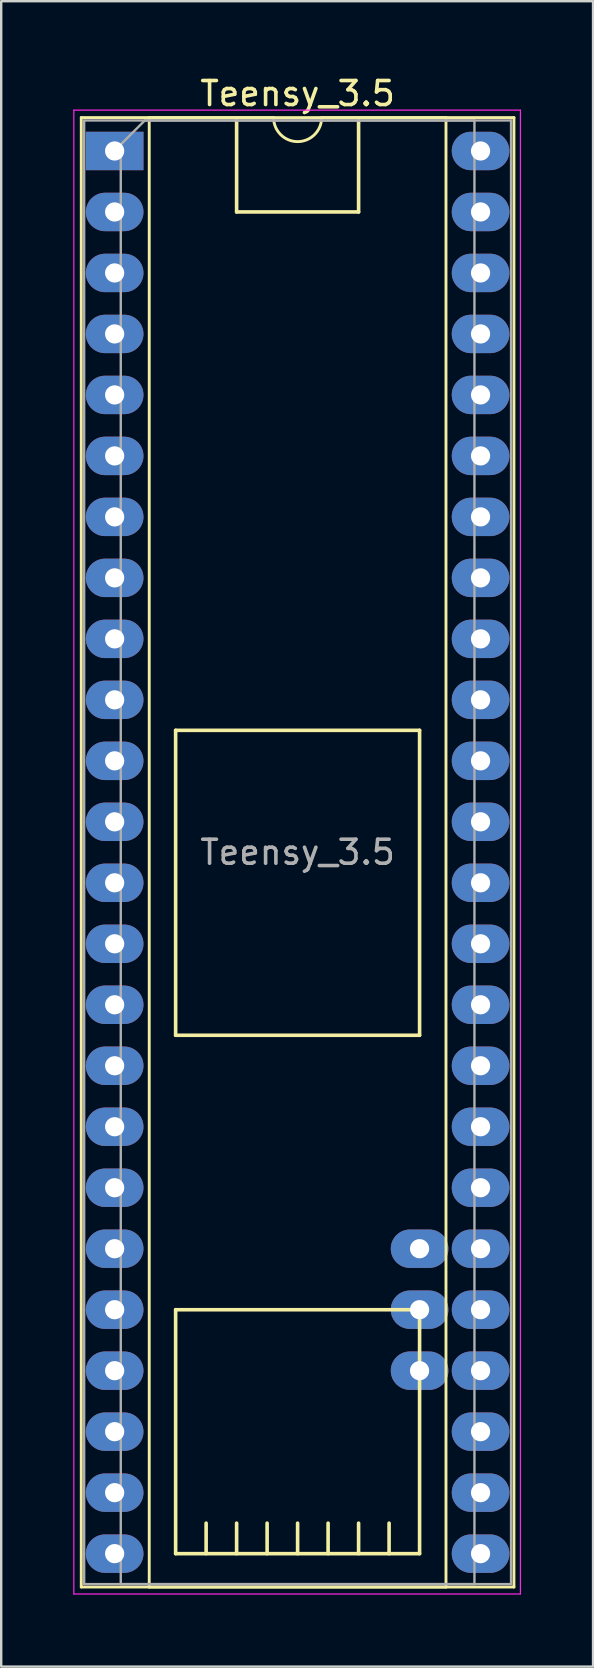
<source format=kicad_pcb>
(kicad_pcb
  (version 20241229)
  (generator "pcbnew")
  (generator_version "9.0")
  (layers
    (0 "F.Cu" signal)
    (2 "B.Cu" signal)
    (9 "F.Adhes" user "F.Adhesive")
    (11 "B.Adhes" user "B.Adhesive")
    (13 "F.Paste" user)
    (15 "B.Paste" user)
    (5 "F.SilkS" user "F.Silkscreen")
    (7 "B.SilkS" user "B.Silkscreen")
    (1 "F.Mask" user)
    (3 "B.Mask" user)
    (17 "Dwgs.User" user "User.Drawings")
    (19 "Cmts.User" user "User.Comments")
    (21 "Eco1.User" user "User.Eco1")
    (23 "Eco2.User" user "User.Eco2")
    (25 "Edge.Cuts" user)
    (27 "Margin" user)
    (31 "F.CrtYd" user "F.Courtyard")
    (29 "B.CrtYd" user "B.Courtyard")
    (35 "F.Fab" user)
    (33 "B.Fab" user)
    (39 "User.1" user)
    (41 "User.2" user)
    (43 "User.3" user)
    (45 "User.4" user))
  (footprint "Teensy_3.5"
    (layer "F.Cu")
    (at 1.725 3.238)
    (property "Reference" "Teensy_3.5" (at 7.62 -2.39 0) (layer "F.SilkS") (effects (font (size 1 1) (thickness 0.15))))
    (attr through_hole)
    (fp_line (start -1.39 -1.39) (end -1.39 59.81) (stroke (width 0.12) (type solid)) (layer "F.SilkS"))
    (fp_line (start -1.39 59.81) (end 16.63 59.81) (stroke (width 0.12) (type solid)) (layer "F.SilkS"))
    (fp_line (start 1.44 -1.39) (end 1.44 59.81) (stroke (width 0.12) (type solid)) (layer "F.SilkS"))
    (fp_line (start 1.44 59.81) (end 13.8 59.81) (stroke (width 0.12) (type solid)) (layer "F.SilkS"))
    (fp_line (start 2.54 24.13) (end 2.54 36.83) (stroke (width 0.15) (type solid)) (layer "F.SilkS"))
    (fp_line (start 2.54 36.83) (end 12.7 36.83) (stroke (width 0.15) (type solid)) (layer "F.SilkS"))
    (fp_line (start 2.54 48.26) (end 12.7 48.26) (stroke (width 0.15) (type solid)) (layer "F.SilkS"))
    (fp_line (start 2.54 58.42) (end 2.54 48.26) (stroke (width 0.15) (type solid)) (layer "F.SilkS"))
    (fp_line (start 3.81 58.42) (end 3.81 57.15) (stroke (width 0.15) (type solid)) (layer "F.SilkS"))
    (fp_line (start 5.08 -1.27) (end 5.08 2.54) (stroke (width 0.15) (type solid)) (layer "F.SilkS"))
    (fp_line (start 5.08 2.54) (end 10.16 2.54) (stroke (width 0.15) (type solid)) (layer "F.SilkS"))
    (fp_line (start 5.08 58.42) (end 5.08 57.15) (stroke (width 0.15) (type solid)) (layer "F.SilkS"))
    (fp_line (start 6.35 58.42) (end 6.35 57.15) (stroke (width 0.15) (type solid)) (layer "F.SilkS"))
    (fp_line (start 6.62 -1.39) (end 1.44 -1.39) (stroke (width 0.12) (type solid)) (layer "F.SilkS"))
    (fp_line (start 7.62 58.42) (end 7.62 57.15) (stroke (width 0.15) (type solid)) (layer "F.SilkS"))
    (fp_line (start 8.89 58.42) (end 8.89 57.15) (stroke (width 0.15) (type solid)) (layer "F.SilkS"))
    (fp_line (start 10.16 2.54) (end 10.16 -1.27) (stroke (width 0.15) (type solid)) (layer "F.SilkS"))
    (fp_line (start 10.16 58.42) (end 10.16 57.15) (stroke (width 0.15) (type solid)) (layer "F.SilkS"))
    (fp_line (start 11.43 58.42) (end 11.43 57.15) (stroke (width 0.15) (type solid)) (layer "F.SilkS"))
    (fp_line (start 12.7 24.13) (end 2.54 24.13) (stroke (width 0.15) (type solid)) (layer "F.SilkS"))
    (fp_line (start 12.7 36.83) (end 12.7 24.13) (stroke (width 0.15) (type solid)) (layer "F.SilkS"))
    (fp_line (start 12.7 48.26) (end 12.7 58.42) (stroke (width 0.15) (type solid)) (layer "F.SilkS"))
    (fp_line (start 12.7 58.42) (end 2.54 58.42) (stroke (width 0.15) (type solid)) (layer "F.SilkS"))
    (fp_line (start 13.8 -1.39) (end 8.62 -1.39) (stroke (width 0.12) (type solid)) (layer "F.SilkS"))
    (fp_line (start 13.8 59.81) (end 13.8 -1.39) (stroke (width 0.12) (type solid)) (layer "F.SilkS"))
    (fp_line (start 16.63 -1.39) (end -1.39 -1.39) (stroke (width 0.12) (type solid)) (layer "F.SilkS"))
    (fp_line (start 16.63 59.81) (end 16.63 -1.39) (stroke (width 0.12) (type solid)) (layer "F.SilkS"))
    (fp_arc (start 8.62 -1.39) (mid 7.62 -0.39) (end 6.62 -1.39) (stroke (width 0.12) (type solid)) (layer "F.SilkS"))
    (fp_line (start -1.7 -1.7) (end -1.7 60.1) (stroke (width 0.05) (type solid)) (layer "F.CrtYd"))
    (fp_line (start -1.7 60.1) (end 16.9 60.1) (stroke (width 0.05) (type solid)) (layer "F.CrtYd"))
    (fp_line (start 16.9 -1.7) (end -1.7 -1.7) (stroke (width 0.05) (type solid)) (layer "F.CrtYd"))
    (fp_line (start 16.9 60.1) (end 16.9 -1.7) (stroke (width 0.05) (type solid)) (layer "F.CrtYd"))
    (fp_line (start -1.27 -1.27) (end -1.27 59.69) (stroke (width 0.1) (type solid)) (layer "F.Fab"))
    (fp_line (start -1.27 59.69) (end 16.51 59.69) (stroke (width 0.1) (type solid)) (layer "F.Fab"))
    (fp_line (start 0.255 -0.27) (end 1.255 -1.27) (stroke (width 0.1) (type solid)) (layer "F.Fab"))
    (fp_line (start 0.255 59.69) (end 0.255 -0.27) (stroke (width 0.1) (type solid)) (layer "F.Fab"))
    (fp_line (start 1.255 -1.27) (end 14.985 -1.27) (stroke (width 0.1) (type solid)) (layer "F.Fab"))
    (fp_line (start 14.985 -1.27) (end 14.985 59.69) (stroke (width 0.1) (type solid)) (layer "F.Fab"))
    (fp_line (start 14.985 59.69) (end 0.255 59.69) (stroke (width 0.1) (type solid)) (layer "F.Fab"))
    (fp_line (start 16.51 -1.27) (end -1.27 -1.27) (stroke (width 0.1) (type solid)) (layer "F.Fab"))
    (fp_line (start 16.51 59.69) (end 16.51 -1.27) (stroke (width 0.1) (type solid)) (layer "F.Fab"))
    (fp_text user "${REFERENCE}" (at 7.62 29.21 0) (layer "F.Fab") (effects (font (size 1 1) (thickness 0.15))))
    (pad "1" thru_hole rect (at 0 0) (size 2.4 1.6) (drill 0.8) (layers "*.Cu" "*.Mask"))
    (pad "2" thru_hole oval (at 0 2.54) (size 2.4 1.6) (drill 0.8) (layers "*.Cu" "*.Mask"))
    (pad "3" thru_hole oval (at 0 5.08) (size 2.4 1.6) (drill 0.8) (layers "*.Cu" "*.Mask"))
    (pad "4" thru_hole oval (at 0 7.62) (size 2.4 1.6) (drill 0.8) (layers "*.Cu" "*.Mask"))
    (pad "5" thru_hole oval (at 0 10.16) (size 2.4 1.6) (drill 0.8) (layers "*.Cu" "*.Mask"))
    (pad "6" thru_hole oval (at 0 12.7) (size 2.4 1.6) (drill 0.8) (layers "*.Cu" "*.Mask"))
    (pad "7" thru_hole oval (at 0 15.24) (size 2.4 1.6) (drill 0.8) (layers "*.Cu" "*.Mask"))
    (pad "8" thru_hole oval (at 0 17.78) (size 2.4 1.6) (drill 0.8) (layers "*.Cu" "*.Mask"))
    (pad "9" thru_hole oval (at 0 20.32) (size 2.4 1.6) (drill 0.8) (layers "*.Cu" "*.Mask"))
    (pad "10" thru_hole oval (at 0 22.86) (size 2.4 1.6) (drill 0.8) (layers "*.Cu" "*.Mask"))
    (pad "11" thru_hole oval (at 0 25.4) (size 2.4 1.6) (drill 0.8) (layers "*.Cu" "*.Mask"))
    (pad "12" thru_hole oval (at 0 27.94) (size 2.4 1.6) (drill 0.8) (layers "*.Cu" "*.Mask"))
    (pad "13" thru_hole oval (at 0 30.48) (size 2.4 1.6) (drill 0.8) (layers "*.Cu" "*.Mask"))
    (pad "14" thru_hole oval (at 0 33.02) (size 2.4 1.6) (drill 0.8) (layers "*.Cu" "*.Mask"))
    (pad "15" thru_hole oval (at 0 35.56) (size 2.4 1.6) (drill 0.8) (layers "*.Cu" "*.Mask"))
    (pad "16" thru_hole oval (at 0 38.1) (size 2.4 1.6) (drill 0.8) (layers "*.Cu" "*.Mask"))
    (pad "17" thru_hole oval (at 0 40.64) (size 2.4 1.6) (drill 0.8) (layers "*.Cu" "*.Mask"))
    (pad "18" thru_hole oval (at 0 43.18) (size 2.4 1.6) (drill 0.8) (layers "*.Cu" "*.Mask"))
    (pad "19" thru_hole oval (at 0 45.72) (size 2.4 1.6) (drill 0.8) (layers "*.Cu" "*.Mask"))
    (pad "20" thru_hole oval (at 0 48.26) (size 2.4 1.6) (drill 0.8) (layers "*.Cu" "*.Mask"))
    (pad "21" thru_hole oval (at 0 50.8) (size 2.4 1.6) (drill 0.8) (layers "*.Cu" "*.Mask"))
    (pad "22" thru_hole oval (at 0 53.34) (size 2.4 1.6) (drill 0.8) (layers "*.Cu" "*.Mask"))
    (pad "23" thru_hole oval (at 0 55.88) (size 2.4 1.6) (drill 0.8) (layers "*.Cu" "*.Mask"))
    (pad "24" thru_hole oval (at 0 58.42) (size 2.4 1.6) (drill 0.8) (layers "*.Cu" "*.Mask"))
    (pad "25" thru_hole oval (at 15.24 58.42) (size 2.4 1.6) (drill 0.8) (layers "*.Cu" "*.Mask"))
    (pad "26" thru_hole oval (at 15.24 55.88) (size 2.4 1.6) (drill 0.8) (layers "*.Cu" "*.Mask"))
    (pad "27" thru_hole oval (at 15.24 53.34) (size 2.4 1.6) (drill 0.8) (layers "*.Cu" "*.Mask"))
    (pad "28" thru_hole oval (at 15.24 50.8) (size 2.4 1.6) (drill 0.8) (layers "*.Cu" "*.Mask"))
    (pad "29" thru_hole oval (at 15.24 48.26) (size 2.4 1.6) (drill 0.8) (layers "*.Cu" "*.Mask"))
    (pad "30" thru_hole oval (at 15.24 45.72) (size 2.4 1.6) (drill 0.8) (layers "*.Cu" "*.Mask"))
    (pad "31" thru_hole oval (at 15.24 43.18) (size 2.4 1.6) (drill 0.8) (layers "*.Cu" "*.Mask"))
    (pad "32" thru_hole oval (at 15.24 40.64) (size 2.4 1.6) (drill 0.8) (layers "*.Cu" "*.Mask"))
    (pad "33" thru_hole oval (at 15.24 38.1) (size 2.4 1.6) (drill 0.8) (layers "*.Cu" "*.Mask"))
    (pad "34" thru_hole oval (at 15.24 35.56) (size 2.4 1.6) (drill 0.8) (layers "*.Cu" "*.Mask"))
    (pad "35" thru_hole oval (at 15.24 33.02) (size 2.4 1.6) (drill 0.8) (layers "*.Cu" "*.Mask"))
    (pad "36" thru_hole oval (at 15.24 30.48) (size 2.4 1.6) (drill 0.8) (layers "*.Cu" "*.Mask"))
    (pad "37" thru_hole oval (at 15.24 27.94) (size 2.4 1.6) (drill 0.8) (layers "*.Cu" "*.Mask"))
    (pad "38" thru_hole oval (at 15.24 25.4) (size 2.4 1.6) (drill 0.8) (layers "*.Cu" "*.Mask"))
    (pad "39" thru_hole oval (at 15.24 22.86) (size 2.4 1.6) (drill 0.8) (layers "*.Cu" "*.Mask"))
    (pad "40" thru_hole oval (at 15.24 20.32) (size 2.4 1.6) (drill 0.8) (layers "*.Cu" "*.Mask"))
    (pad "41" thru_hole oval (at 15.24 17.78) (size 2.4 1.6) (drill 0.8) (layers "*.Cu" "*.Mask"))
    (pad "42" thru_hole oval (at 15.24 15.24) (size 2.4 1.6) (drill 0.8) (layers "*.Cu" "*.Mask"))
    (pad "43" thru_hole oval (at 15.24 12.7) (size 2.4 1.6) (drill 0.8) (layers "*.Cu" "*.Mask"))
    (pad "44" thru_hole oval (at 15.24 10.16) (size 2.4 1.6) (drill 0.8) (layers "*.Cu" "*.Mask"))
    (pad "45" thru_hole oval (at 15.24 7.62) (size 2.4 1.6) (drill 0.8) (layers "*.Cu" "*.Mask"))
    (pad "46" thru_hole oval (at 15.24 5.08) (size 2.4 1.6) (drill 0.8) (layers "*.Cu" "*.Mask"))
    (pad "47" thru_hole oval (at 15.24 2.54) (size 2.4 1.6) (drill 0.8) (layers "*.Cu" "*.Mask"))
    (pad "48" thru_hole oval (at 15.24 0) (size 2.4 1.6) (drill 0.8) (layers "*.Cu" "*.Mask"))
    (pad "49" thru_hole oval (at 12.7 45.72) (size 2.4 1.6) (drill 0.8) (layers "*.Cu" "*.Mask"))
    (pad "50" thru_hole oval (at 12.7 48.26) (size 2.4 1.6) (drill 0.8) (layers "*.Cu" "*.Mask"))
    (pad "51" thru_hole oval (at 12.7 50.8) (size 2.4 1.6) (drill 0.8) (layers "*.Cu" "*.Mask")))
  (gr_rect
    (start -3 -3)
    (end 21.65 66.363)
    (stroke (width 0.1) (type default))
    (fill no)
    (layer "Edge.Cuts")))
</source>
